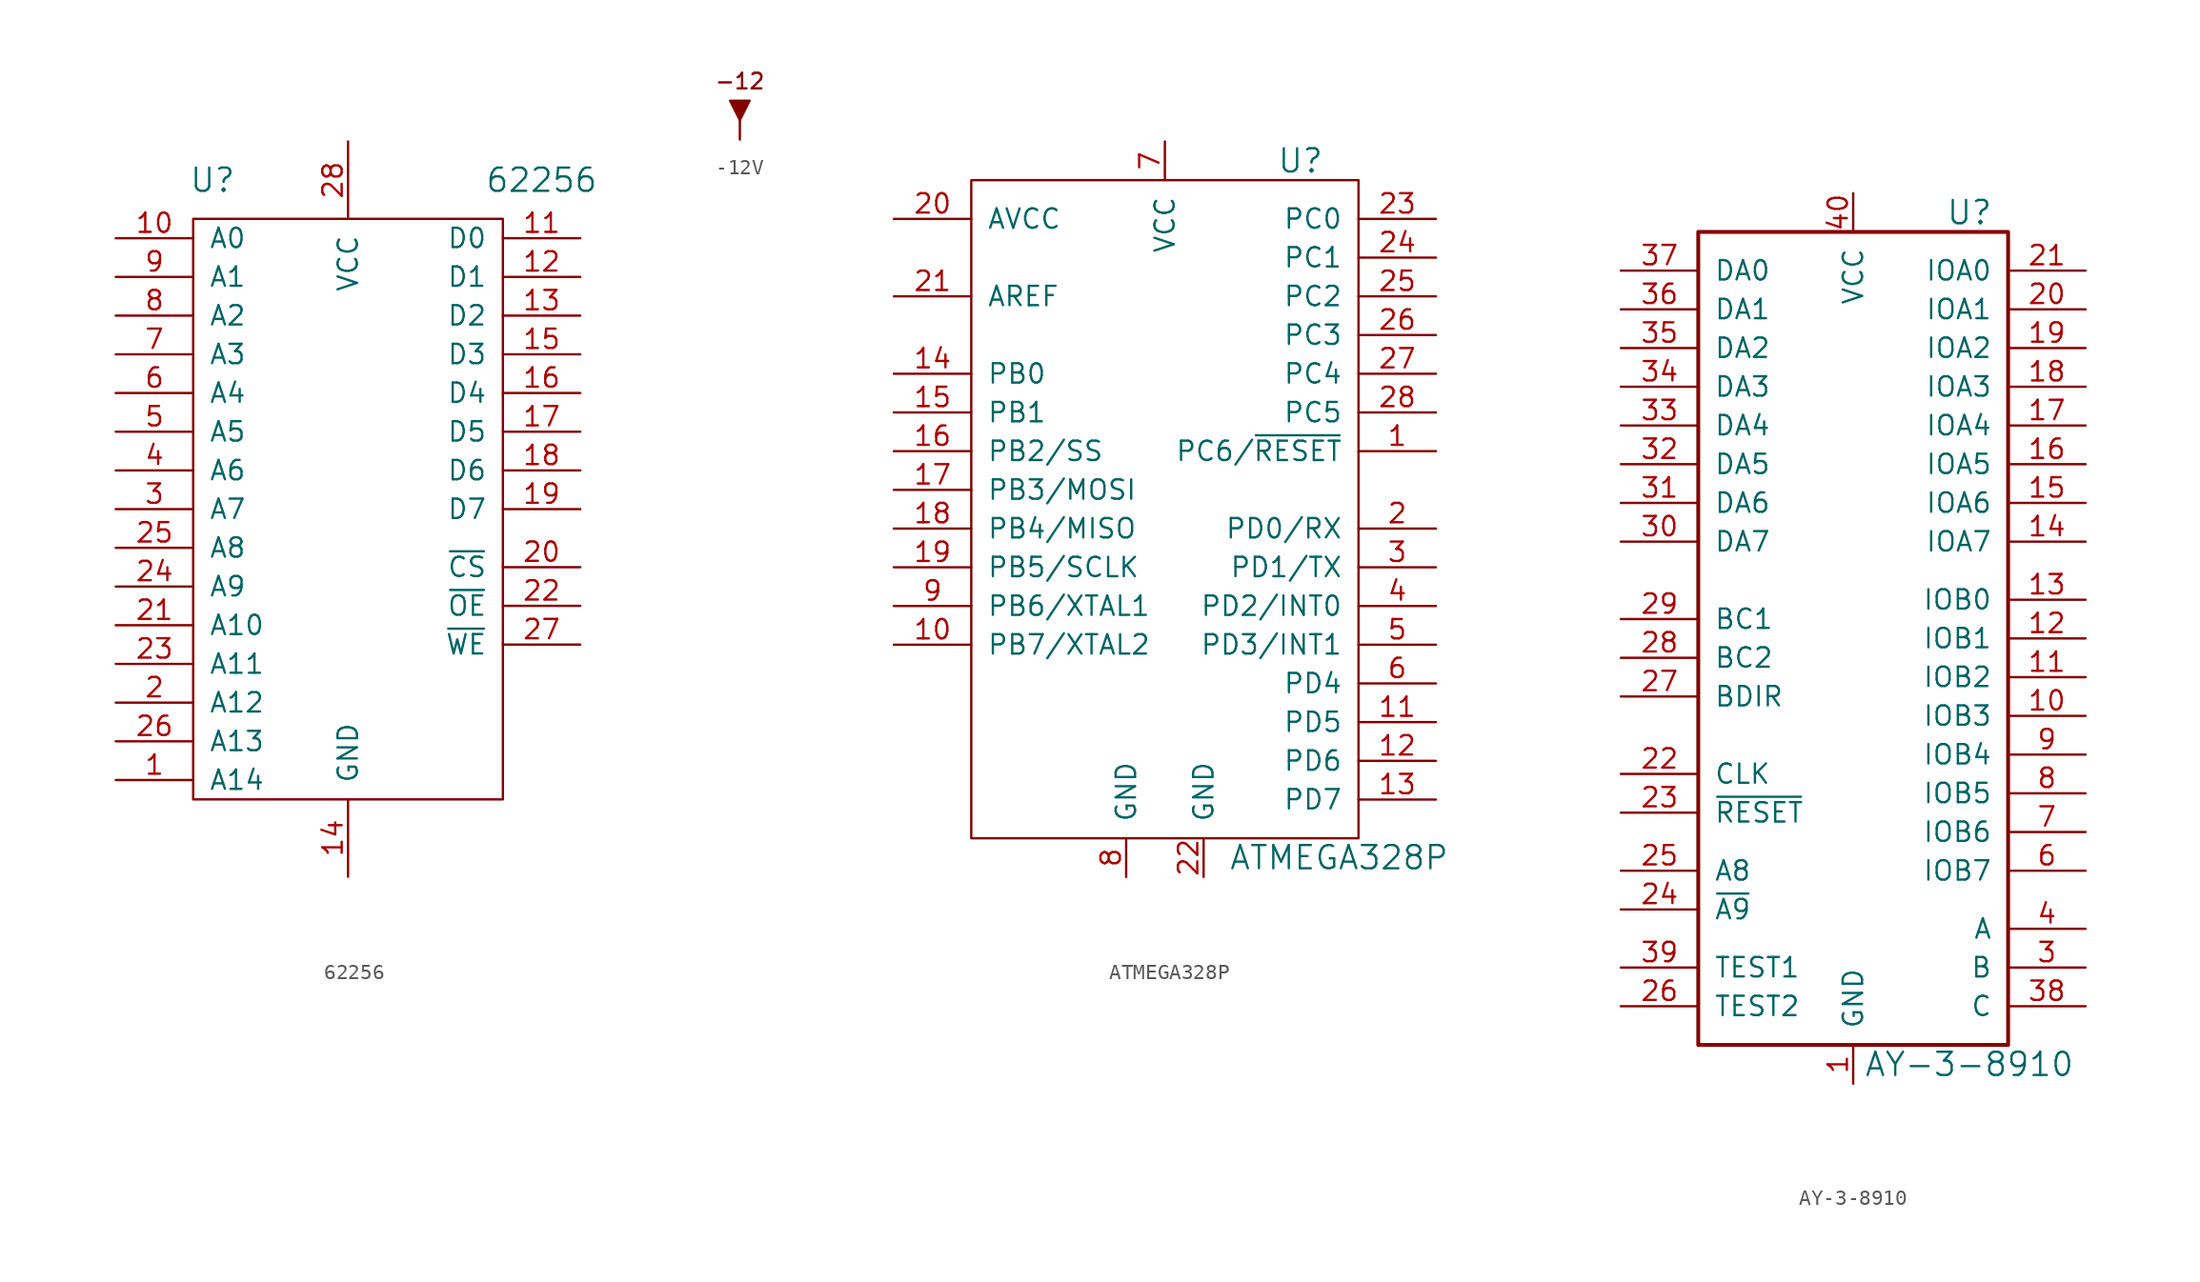
<source format=kicad_sym>
(kicad_symbol_lib
  (version 20211014)
  (generator kicad_symbol_editor)
  (symbol "62256"
    (pin_names
      (offset 1.016))
    (property "Reference" "U"
      (at -8.89 22.86 0)
      (effects (font (size 1.524 1.524))))
    (property "Value" "62256"
      (at 12.7 22.86 0)
      (effects (font (size 1.524 1.524))))
    (symbol "62256_0_1"
      (rectangle (start -10.16 20.32) (end 10.16 -17.78) (stroke (width 0) (type default) (color 0 0 0 0)) (fill (type none))))
    (symbol "62256_1_1"
      (pin input line (at -15.24 -16.51 0) (length 5.08) (name "A14" (effects (font (size 1.27 1.27)))) (number "1" (effects (font (size 1.27 1.27)))))
      (pin input line (at -15.24 19.05 0) (length 5.08) (name "A0" (effects (font (size 1.27 1.27)))) (number "10" (effects (font (size 1.27 1.27)))))
      (pin bidirectional line (at 15.24 19.05 180) (length 5.08) (name "D0" (effects (font (size 1.27 1.27)))) (number "11" (effects (font (size 1.27 1.27)))))
      (pin bidirectional line (at 15.24 16.51 180) (length 5.08) (name "D1" (effects (font (size 1.27 1.27)))) (number "12" (effects (font (size 1.27 1.27)))))
      (pin bidirectional line (at 15.24 13.97 180) (length 5.08) (name "D2" (effects (font (size 1.27 1.27)))) (number "13" (effects (font (size 1.27 1.27)))))
      (pin power_in line (at 0 -22.86 90) (length 5.08) (name "GND" (effects (font (size 1.27 1.27)))) (number "14" (effects (font (size 1.27 1.27)))))
      (pin bidirectional line (at 15.24 11.43 180) (length 5.08) (name "D3" (effects (font (size 1.27 1.27)))) (number "15" (effects (font (size 1.27 1.27)))))
      (pin bidirectional line (at 15.24 8.89 180) (length 5.08) (name "D4" (effects (font (size 1.27 1.27)))) (number "16" (effects (font (size 1.27 1.27)))))
      (pin bidirectional line (at 15.24 6.35 180) (length 5.08) (name "D5" (effects (font (size 1.27 1.27)))) (number "17" (effects (font (size 1.27 1.27)))))
      (pin bidirectional line (at 15.24 3.81 180) (length 5.08) (name "D6" (effects (font (size 1.27 1.27)))) (number "18" (effects (font (size 1.27 1.27)))))
      (pin bidirectional line (at 15.24 1.27 180) (length 5.08) (name "D7" (effects (font (size 1.27 1.27)))) (number "19" (effects (font (size 1.27 1.27)))))
      (pin input line (at -15.24 -11.43 0) (length 5.08) (name "A12" (effects (font (size 1.27 1.27)))) (number "2" (effects (font (size 1.27 1.27)))))
      (pin input line (at 15.24 -2.54 180) (length 5.08) (name "~{CS}" (effects (font (size 1.27 1.27)))) (number "20" (effects (font (size 1.27 1.27)))))
      (pin input line (at -15.24 -6.35 0) (length 5.08) (name "A10" (effects (font (size 1.27 1.27)))) (number "21" (effects (font (size 1.27 1.27)))))
      (pin input line (at 15.24 -5.08 180) (length 5.08) (name "~{OE}" (effects (font (size 1.27 1.27)))) (number "22" (effects (font (size 1.27 1.27)))))
      (pin input line (at -15.24 -8.89 0) (length 5.08) (name "A11" (effects (font (size 1.27 1.27)))) (number "23" (effects (font (size 1.27 1.27)))))
      (pin input line (at -15.24 -3.81 0) (length 5.08) (name "A9" (effects (font (size 1.27 1.27)))) (number "24" (effects (font (size 1.27 1.27)))))
      (pin input line (at -15.24 -1.27 0) (length 5.08) (name "A8" (effects (font (size 1.27 1.27)))) (number "25" (effects (font (size 1.27 1.27)))))
      (pin input line (at -15.24 -13.97 0) (length 5.08) (name "A13" (effects (font (size 1.27 1.27)))) (number "26" (effects (font (size 1.27 1.27)))))
      (pin input line (at 15.24 -7.62 180) (length 5.08) (name "~{WE}" (effects (font (size 1.27 1.27)))) (number "27" (effects (font (size 1.27 1.27)))))
      (pin power_in line (at 0 25.4 270) (length 5.08) (name "VCC" (effects (font (size 1.27 1.27)))) (number "28" (effects (font (size 1.27 1.27)))))
      (pin input line (at -15.24 1.27 0) (length 5.08) (name "A7" (effects (font (size 1.27 1.27)))) (number "3" (effects (font (size 1.27 1.27)))))
      (pin input line (at -15.24 3.81 0) (length 5.08) (name "A6" (effects (font (size 1.27 1.27)))) (number "4" (effects (font (size 1.27 1.27)))))
      (pin input line (at -15.24 6.35 0) (length 5.08) (name "A5" (effects (font (size 1.27 1.27)))) (number "5" (effects (font (size 1.27 1.27)))))
      (pin input line (at -15.24 8.89 0) (length 5.08) (name "A4" (effects (font (size 1.27 1.27)))) (number "6" (effects (font (size 1.27 1.27)))))
      (pin input line (at -15.24 11.43 0) (length 5.08) (name "A3" (effects (font (size 1.27 1.27)))) (number "7" (effects (font (size 1.27 1.27)))))
      (pin input line (at -15.24 13.97 0) (length 5.08) (name "A2" (effects (font (size 1.27 1.27)))) (number "8" (effects (font (size 1.27 1.27)))))
      (pin input line (at -15.24 16.51 0) (length 5.08) (name "A1" (effects (font (size 1.27 1.27)))) (number "9" (effects (font (size 1.27 1.27)))))))
  (symbol "-12V"
    (power)
    (pin_numbers hide)
    (pin_names
      (offset 0) hide)
    (property "Reference" "#PWR"
      (at 0 -1.27 0)
      (effects (font (size 1.524 1.524)) hide))
    (symbol "-12V_0_0"
      (text "-12" (at 0 3.81 0) (effects (font (size 1.016 1.016)))))
    (symbol "-12V_0_1"
      (polyline (pts (xy 0 1.27) (xy 0.635 2.54) (xy -0.635 2.54) (xy 0 1.27)) (stroke (width 0) (type default) (color 0 0 0 0)) (fill (type outline))))
    (symbol "-12V_1_1"
      (pin power_in line (at 0 0 90) (length 1.27) (name "-12V" (effects (font (size 1.27 1.27)))) (number "1" (effects (font (size 1.27 1.27)))))))
  (symbol "ATMEGA328P"
    (pin_names
      (offset 1.016))
    (property "Reference" "U"
      (at 8.89 22.86 0)
      (effects (font (size 1.524 1.524))))
    (property "Value" "ATMEGA328P"
      (at 11.43 -22.86 0)
      (effects (font (size 1.524 1.524))))
    (symbol "ATMEGA328P_0_1"
      (rectangle (start -12.7 21.59) (end 12.7 -21.59) (stroke (width 0) (type default) (color 0 0 0 0)) (fill (type none))))
    (symbol "ATMEGA328P_1_1"
      (pin bidirectional line (at 17.78 3.81 180) (length 5.08) (name "PC6/~{RESET}" (effects (font (size 1.27 1.27)))) (number "1" (effects (font (size 1.27 1.27)))))
      (pin bidirectional line (at -17.78 -8.89 0) (length 5.08) (name "PB7/XTAL2" (effects (font (size 1.27 1.27)))) (number "10" (effects (font (size 1.27 1.27)))))
      (pin bidirectional line (at 17.78 -13.97 180) (length 5.08) (name "PD5" (effects (font (size 1.27 1.27)))) (number "11" (effects (font (size 1.27 1.27)))))
      (pin bidirectional line (at 17.78 -16.51 180) (length 5.08) (name "PD6" (effects (font (size 1.27 1.27)))) (number "12" (effects (font (size 1.27 1.27)))))
      (pin bidirectional line (at 17.78 -19.05 180) (length 5.08) (name "PD7" (effects (font (size 1.27 1.27)))) (number "13" (effects (font (size 1.27 1.27)))))
      (pin bidirectional line (at -17.78 8.89 0) (length 5.08) (name "PB0" (effects (font (size 1.27 1.27)))) (number "14" (effects (font (size 1.27 1.27)))))
      (pin bidirectional line (at -17.78 6.35 0) (length 5.08) (name "PB1" (effects (font (size 1.27 1.27)))) (number "15" (effects (font (size 1.27 1.27)))))
      (pin bidirectional line (at -17.78 3.81 0) (length 5.08) (name "PB2/SS" (effects (font (size 1.27 1.27)))) (number "16" (effects (font (size 1.27 1.27)))))
      (pin bidirectional line (at -17.78 1.27 0) (length 5.08) (name "PB3/MOSI" (effects (font (size 1.27 1.27)))) (number "17" (effects (font (size 1.27 1.27)))))
      (pin bidirectional line (at -17.78 -1.27 0) (length 5.08) (name "PB4/MISO" (effects (font (size 1.27 1.27)))) (number "18" (effects (font (size 1.27 1.27)))))
      (pin bidirectional line (at -17.78 -3.81 0) (length 5.08) (name "PB5/SCLK" (effects (font (size 1.27 1.27)))) (number "19" (effects (font (size 1.27 1.27)))))
      (pin bidirectional line (at 17.78 -1.27 180) (length 5.08) (name "PD0/RX" (effects (font (size 1.27 1.27)))) (number "2" (effects (font (size 1.27 1.27)))))
      (pin power_in line (at -17.78 19.05 0) (length 5.08) (name "AVCC" (effects (font (size 1.27 1.27)))) (number "20" (effects (font (size 1.27 1.27)))))
      (pin input line (at -17.78 13.97 0) (length 5.08) (name "AREF" (effects (font (size 1.27 1.27)))) (number "21" (effects (font (size 1.27 1.27)))))
      (pin power_in line (at 2.54 -24.13 90) (length 2.54) (name "GND" (effects (font (size 1.27 1.27)))) (number "22" (effects (font (size 1.27 1.27)))))
      (pin bidirectional line (at 17.78 19.05 180) (length 5.08) (name "PC0" (effects (font (size 1.27 1.27)))) (number "23" (effects (font (size 1.27 1.27)))))
      (pin bidirectional line (at 17.78 16.51 180) (length 5.08) (name "PC1" (effects (font (size 1.27 1.27)))) (number "24" (effects (font (size 1.27 1.27)))))
      (pin bidirectional line (at 17.78 13.97 180) (length 5.08) (name "PC2" (effects (font (size 1.27 1.27)))) (number "25" (effects (font (size 1.27 1.27)))))
      (pin bidirectional line (at 17.78 11.43 180) (length 5.08) (name "PC3" (effects (font (size 1.27 1.27)))) (number "26" (effects (font (size 1.27 1.27)))))
      (pin bidirectional line (at 17.78 8.89 180) (length 5.08) (name "PC4" (effects (font (size 1.27 1.27)))) (number "27" (effects (font (size 1.27 1.27)))))
      (pin bidirectional line (at 17.78 6.35 180) (length 5.08) (name "PC5" (effects (font (size 1.27 1.27)))) (number "28" (effects (font (size 1.27 1.27)))))
      (pin bidirectional line (at 17.78 -3.81 180) (length 5.08) (name "PD1/TX" (effects (font (size 1.27 1.27)))) (number "3" (effects (font (size 1.27 1.27)))))
      (pin bidirectional line (at 17.78 -6.35 180) (length 5.08) (name "PD2/INT0" (effects (font (size 1.27 1.27)))) (number "4" (effects (font (size 1.27 1.27)))))
      (pin bidirectional line (at 17.78 -8.89 180) (length 5.08) (name "PD3/INT1" (effects (font (size 1.27 1.27)))) (number "5" (effects (font (size 1.27 1.27)))))
      (pin bidirectional line (at 17.78 -11.43 180) (length 5.08) (name "PD4" (effects (font (size 1.27 1.27)))) (number "6" (effects (font (size 1.27 1.27)))))
      (pin power_in line (at 0 24.13 270) (length 2.54) (name "VCC" (effects (font (size 1.27 1.27)))) (number "7" (effects (font (size 1.27 1.27)))))
      (pin power_in line (at -2.54 -24.13 90) (length 2.54) (name "GND" (effects (font (size 1.27 1.27)))) (number "8" (effects (font (size 1.27 1.27)))))
      (pin bidirectional line (at -17.78 -6.35 0) (length 5.08) (name "PB6/XTAL1" (effects (font (size 1.27 1.27)))) (number "9" (effects (font (size 1.27 1.27)))))))
  (symbol "AY-3-8910"
    (pin_names
      (offset 1.016))
    (property "Reference" "U"
      (at 7.62 29.21 0)
      (effects (font (size 1.524 1.524))))
    (property "Value" "AY-3-8910"
      (at 7.62 -26.67 0)
      (effects (font (size 1.524 1.524))))
    (symbol "AY-3-8910_0_1"
      (rectangle (start -10.16 27.94) (end 10.16 -25.4) (stroke (width 0.254) (type default) (color 0 0 0 0)) (fill (type none))))
    (symbol "AY-3-8910_1_1"
      (pin power_in line (at 0 -27.94 90) (length 2.54) (name "GND" (effects (font (size 1.27 1.27)))) (number "1" (effects (font (size 1.27 1.27)))))
      (pin bidirectional line (at 15.24 -3.81 180) (length 5.08) (name "IOB3" (effects (font (size 1.27 1.27)))) (number "10" (effects (font (size 1.27 1.27)))))
      (pin bidirectional line (at 15.24 -1.27 180) (length 5.08) (name "IOB2" (effects (font (size 1.27 1.27)))) (number "11" (effects (font (size 1.27 1.27)))))
      (pin bidirectional line (at 15.24 1.27 180) (length 5.08) (name "IOB1" (effects (font (size 1.27 1.27)))) (number "12" (effects (font (size 1.27 1.27)))))
      (pin bidirectional line (at 15.24 3.81 180) (length 5.08) (name "IOB0" (effects (font (size 1.27 1.27)))) (number "13" (effects (font (size 1.27 1.27)))))
      (pin bidirectional line (at 15.24 7.62 180) (length 5.08) (name "IOA7" (effects (font (size 1.27 1.27)))) (number "14" (effects (font (size 1.27 1.27)))))
      (pin bidirectional line (at 15.24 10.16 180) (length 5.08) (name "IOA6" (effects (font (size 1.27 1.27)))) (number "15" (effects (font (size 1.27 1.27)))))
      (pin bidirectional line (at 15.24 12.7 180) (length 5.08) (name "IOA5" (effects (font (size 1.27 1.27)))) (number "16" (effects (font (size 1.27 1.27)))))
      (pin bidirectional line (at 15.24 15.24 180) (length 5.08) (name "IOA4" (effects (font (size 1.27 1.27)))) (number "17" (effects (font (size 1.27 1.27)))))
      (pin bidirectional line (at 15.24 17.78 180) (length 5.08) (name "IOA3" (effects (font (size 1.27 1.27)))) (number "18" (effects (font (size 1.27 1.27)))))
      (pin bidirectional line (at 15.24 20.32 180) (length 5.08) (name "IOA2" (effects (font (size 1.27 1.27)))) (number "19" (effects (font (size 1.27 1.27)))))
      (pin no_connect line (at -3.81 33.02 270) (length 5.08) hide (name "NC" (effects (font (size 1.27 1.27)))) (number "2" (effects (font (size 1.27 1.27)))))
      (pin bidirectional line (at 15.24 22.86 180) (length 5.08) (name "IOA1" (effects (font (size 1.27 1.27)))) (number "20" (effects (font (size 1.27 1.27)))))
      (pin bidirectional line (at 15.24 25.4 180) (length 5.08) (name "IOA0" (effects (font (size 1.27 1.27)))) (number "21" (effects (font (size 1.27 1.27)))))
      (pin input line (at -15.24 -7.62 0) (length 5.08) (name "CLK" (effects (font (size 1.27 1.27)))) (number "22" (effects (font (size 1.27 1.27)))))
      (pin input line (at -15.24 -10.16 0) (length 5.08) (name "~{RESET}" (effects (font (size 1.27 1.27)))) (number "23" (effects (font (size 1.27 1.27)))))
      (pin input line (at -15.24 -16.51 0) (length 5.08) (name "~{A9}" (effects (font (size 1.27 1.27)))) (number "24" (effects (font (size 1.27 1.27)))))
      (pin input line (at -15.24 -13.97 0) (length 5.08) (name "A8" (effects (font (size 1.27 1.27)))) (number "25" (effects (font (size 1.27 1.27)))))
      (pin output line (at -15.24 -22.86 0) (length 5.08) (name "TEST2" (effects (font (size 1.27 1.27)))) (number "26" (effects (font (size 1.27 1.27)))))
      (pin input line (at -15.24 -2.54 0) (length 5.08) (name "BDIR" (effects (font (size 1.27 1.27)))) (number "27" (effects (font (size 1.27 1.27)))))
      (pin input line (at -15.24 0 0) (length 5.08) (name "BC2" (effects (font (size 1.27 1.27)))) (number "28" (effects (font (size 1.27 1.27)))))
      (pin input line (at -15.24 2.54 0) (length 5.08) (name "BC1" (effects (font (size 1.27 1.27)))) (number "29" (effects (font (size 1.27 1.27)))))
      (pin passive line (at 15.24 -20.32 180) (length 5.08) (name "B" (effects (font (size 1.27 1.27)))) (number "3" (effects (font (size 1.27 1.27)))))
      (pin input line (at -15.24 7.62 0) (length 5.08) (name "DA7" (effects (font (size 1.27 1.27)))) (number "30" (effects (font (size 1.27 1.27)))))
      (pin input line (at -15.24 10.16 0) (length 5.08) (name "DA6" (effects (font (size 1.27 1.27)))) (number "31" (effects (font (size 1.27 1.27)))))
      (pin input line (at -15.24 12.7 0) (length 5.08) (name "DA5" (effects (font (size 1.27 1.27)))) (number "32" (effects (font (size 1.27 1.27)))))
      (pin input line (at -15.24 15.24 0) (length 5.08) (name "DA4" (effects (font (size 1.27 1.27)))) (number "33" (effects (font (size 1.27 1.27)))))
      (pin input line (at -15.24 17.78 0) (length 5.08) (name "DA3" (effects (font (size 1.27 1.27)))) (number "34" (effects (font (size 1.27 1.27)))))
      (pin input line (at -15.24 20.32 0) (length 5.08) (name "DA2" (effects (font (size 1.27 1.27)))) (number "35" (effects (font (size 1.27 1.27)))))
      (pin input line (at -15.24 22.86 0) (length 5.08) (name "DA1" (effects (font (size 1.27 1.27)))) (number "36" (effects (font (size 1.27 1.27)))))
      (pin input line (at -15.24 25.4 0) (length 5.08) (name "DA0" (effects (font (size 1.27 1.27)))) (number "37" (effects (font (size 1.27 1.27)))))
      (pin passive line (at 15.24 -22.86 180) (length 5.08) (name "C" (effects (font (size 1.27 1.27)))) (number "38" (effects (font (size 1.27 1.27)))))
      (pin output line (at -15.24 -20.32 0) (length 5.08) (name "TEST1" (effects (font (size 1.27 1.27)))) (number "39" (effects (font (size 1.27 1.27)))))
      (pin output line (at 15.24 -17.78 180) (length 5.08) (name "A" (effects (font (size 1.27 1.27)))) (number "4" (effects (font (size 1.27 1.27)))))
      (pin power_in line (at 0 30.48 270) (length 2.54) (name "VCC" (effects (font (size 1.27 1.27)))) (number "40" (effects (font (size 1.27 1.27)))))
      (pin no_connect line (at 3.81 33.02 270) (length 5.08) hide (name "NC" (effects (font (size 1.27 1.27)))) (number "5" (effects (font (size 1.27 1.27)))))
      (pin bidirectional line (at 15.24 -13.97 180) (length 5.08) (name "IOB7" (effects (font (size 1.27 1.27)))) (number "6" (effects (font (size 1.27 1.27)))))
      (pin bidirectional line (at 15.24 -11.43 180) (length 5.08) (name "IOB6" (effects (font (size 1.27 1.27)))) (number "7" (effects (font (size 1.27 1.27)))))
      (pin bidirectional line (at 15.24 -8.89 180) (length 5.08) (name "IOB5" (effects (font (size 1.27 1.27)))) (number "8" (effects (font (size 1.27 1.27)))))
      (pin bidirectional line (at 15.24 -6.35 180) (length 5.08) (name "IOB4" (effects (font (size 1.27 1.27)))) (number "9" (effects (font (size 1.27 1.27))))))))
</source>
